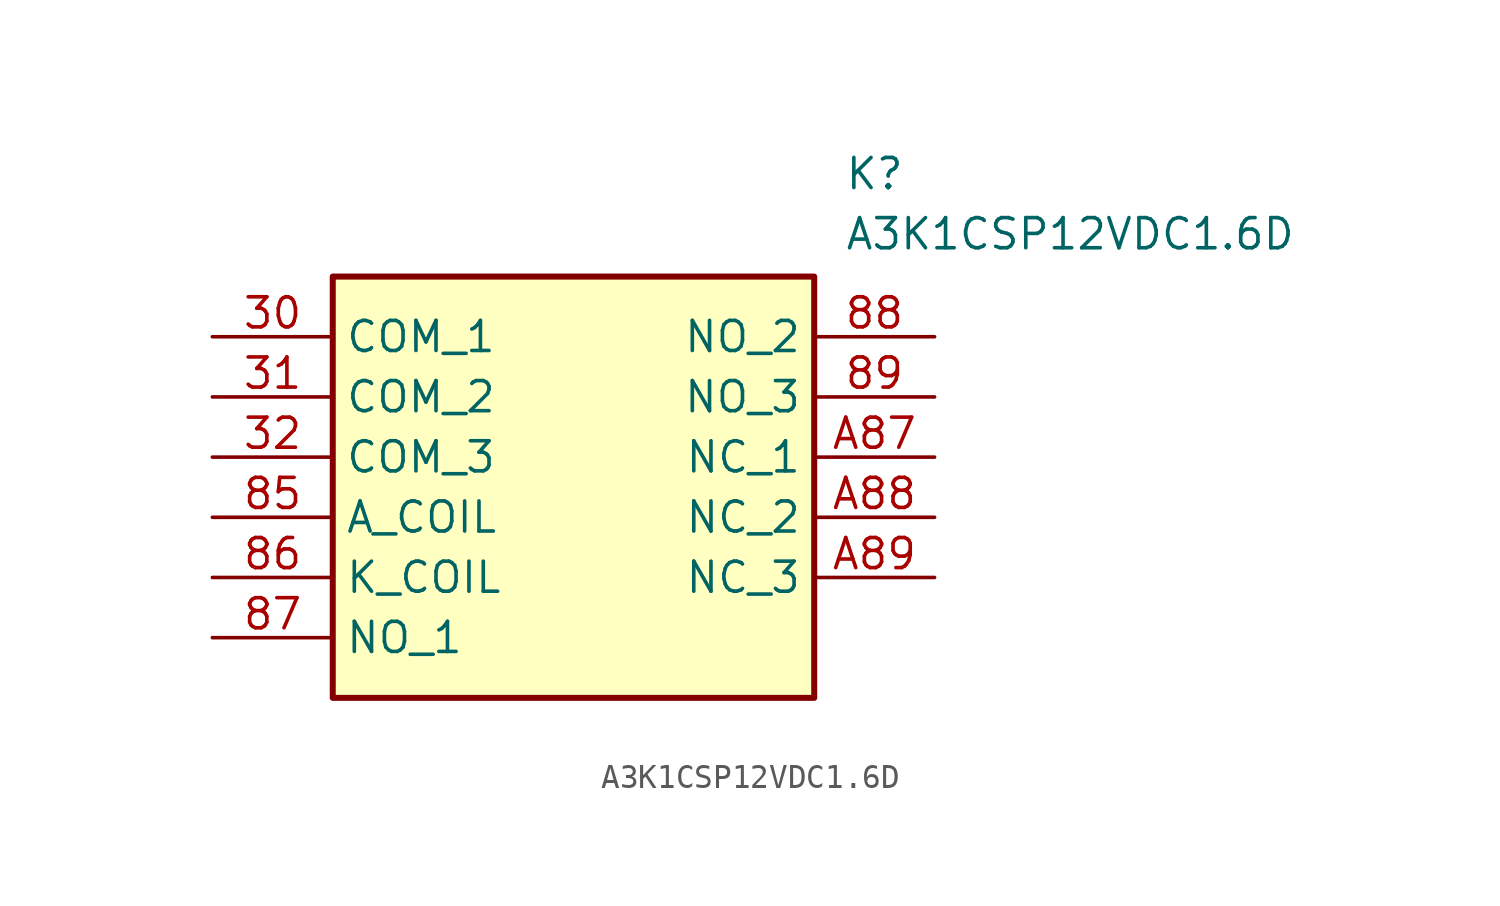
<source format=kicad_sym>
(kicad_symbol_lib
  (version 20211014)
  (generator SamacSys_ECAD_Model)
  (symbol "A3K1CSP12VDC1.6D"
    (property "Reference" "K"
      (at 26.67 7.62 0)
      (effects (font (size 1.27 1.27)) (justify left top)))
    (property "Value" "A3K1CSP12VDC1.6D"
      (at 26.67 5.08 0)
      (effects (font (size 1.27 1.27)) (justify left top)))
    (rectangle
      (start 5.08 2.54)
      (end 25.4 -15.24)
      (stroke (width 0.254) (type default))
      (fill (type background)))
    (pin passive line
      (at 0 0 0)
      (length 5.08)
      (name "COM_1" (effects (font (size 1.27 1.27))))
      (number "30" (effects (font (size 1.27 1.27)))))
    (pin passive line
      (at 0 -2.54 0)
      (length 5.08)
      (name "COM_2" (effects (font (size 1.27 1.27))))
      (number "31" (effects (font (size 1.27 1.27)))))
    (pin passive line
      (at 0 -5.08 0)
      (length 5.08)
      (name "COM_3" (effects (font (size 1.27 1.27))))
      (number "32" (effects (font (size 1.27 1.27)))))
    (pin passive line
      (at 0 -7.62 0)
      (length 5.08)
      (name "A_COIL" (effects (font (size 1.27 1.27))))
      (number "85" (effects (font (size 1.27 1.27)))))
    (pin passive line
      (at 0 -10.16 0)
      (length 5.08)
      (name "K_COIL" (effects (font (size 1.27 1.27))))
      (number "86" (effects (font (size 1.27 1.27)))))
    (pin passive line
      (at 0 -12.7 0)
      (length 5.08)
      (name "NO_1" (effects (font (size 1.27 1.27))))
      (number "87" (effects (font (size 1.27 1.27)))))
    (pin passive line
      (at 30.48 0 180)
      (length 5.08)
      (name "NO_2" (effects (font (size 1.27 1.27))))
      (number "88" (effects (font (size 1.27 1.27)))))
    (pin passive line
      (at 30.48 -2.54 180)
      (length 5.08)
      (name "NO_3" (effects (font (size 1.27 1.27))))
      (number "89" (effects (font (size 1.27 1.27)))))
    (pin passive line
      (at 30.48 -5.08 180)
      (length 5.08)
      (name "NC_1" (effects (font (size 1.27 1.27))))
      (number "A87" (effects (font (size 1.27 1.27)))))
    (pin passive line
      (at 30.48 -7.62 180)
      (length 5.08)
      (name "NC_2" (effects (font (size 1.27 1.27))))
      (number "A88" (effects (font (size 1.27 1.27)))))
    (pin passive line
      (at 30.48 -10.16 180)
      (length 5.08)
      (name "NC_3" (effects (font (size 1.27 1.27))))
      (number "A89" (effects (font (size 1.27 1.27)))))))
</source>
